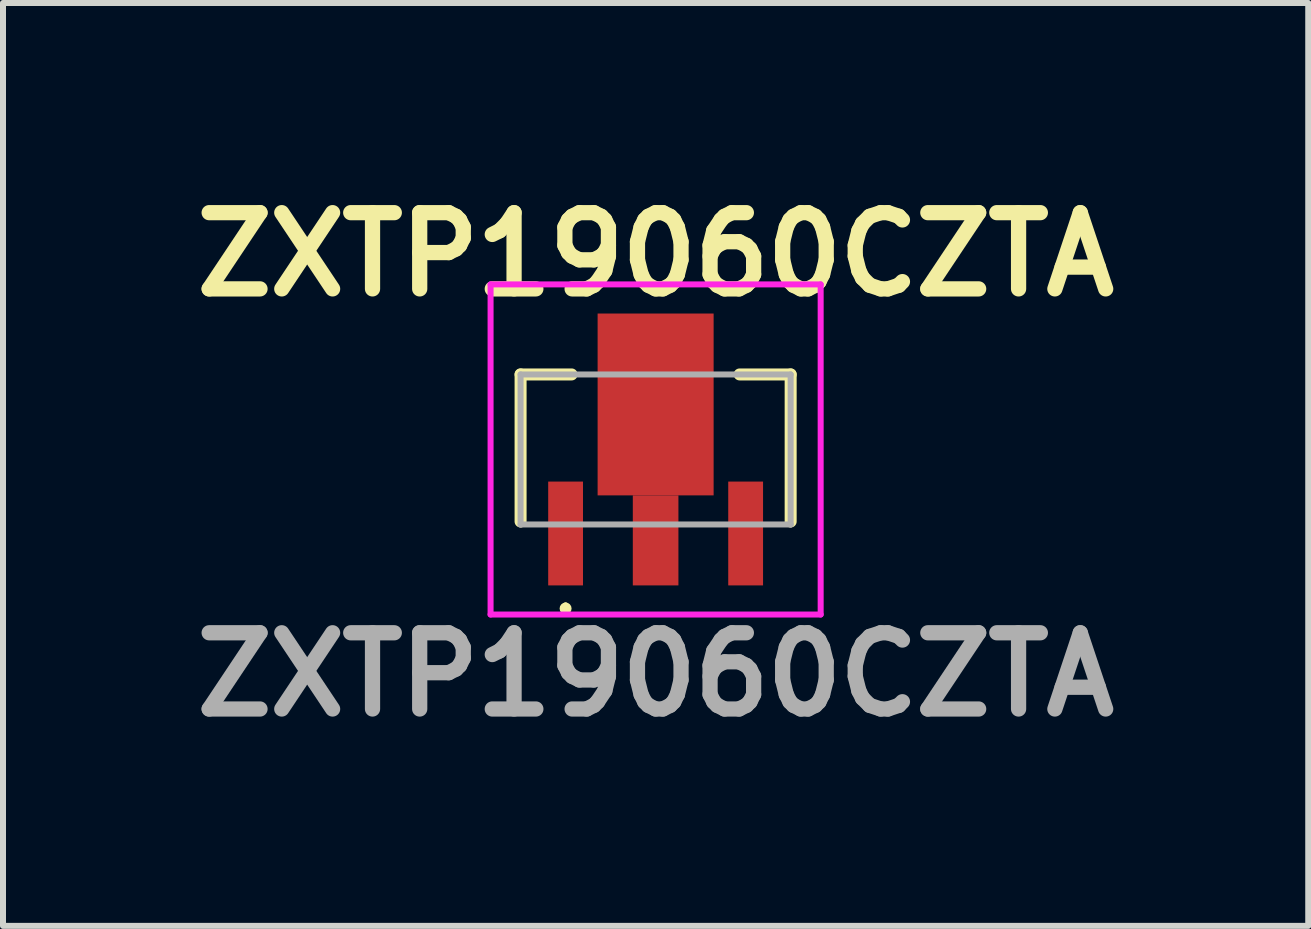
<source format=kicad_pcb>
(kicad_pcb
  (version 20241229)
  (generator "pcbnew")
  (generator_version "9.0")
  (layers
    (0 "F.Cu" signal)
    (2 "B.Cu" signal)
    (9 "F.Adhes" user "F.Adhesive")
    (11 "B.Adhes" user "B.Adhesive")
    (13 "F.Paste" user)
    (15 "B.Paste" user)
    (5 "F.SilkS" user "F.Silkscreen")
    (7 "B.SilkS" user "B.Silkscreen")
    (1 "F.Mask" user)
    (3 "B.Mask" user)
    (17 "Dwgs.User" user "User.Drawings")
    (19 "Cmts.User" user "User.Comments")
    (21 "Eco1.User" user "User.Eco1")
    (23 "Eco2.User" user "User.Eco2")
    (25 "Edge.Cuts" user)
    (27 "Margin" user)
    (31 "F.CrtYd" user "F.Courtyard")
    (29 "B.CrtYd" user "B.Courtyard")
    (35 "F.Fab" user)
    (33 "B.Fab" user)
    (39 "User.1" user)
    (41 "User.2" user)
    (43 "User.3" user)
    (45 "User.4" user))
  (footprint "ZXTP19060CZTA"
    (layer "F.Cu")
    (at 7.874 4.439)
    (property "Reference" "ZXTP19060CZTA" (at 0 -3.25 0) (layer "F.SilkS") (effects (font (size 1.27 1.27) (thickness 0.254))))
    (attr smd)
    (fp_line (start -2.25 -1.25) (end -2.25 1.2) (stroke (width 0.2) (type solid)) (layer "F.SilkS"))
    (fp_line (start -1.5 2.6) (end -1.5 2.6) (stroke (width 0.1) (type solid)) (layer "F.SilkS"))
    (fp_line (start -1.5 2.7) (end -1.5 2.7) (stroke (width 0.1) (type solid)) (layer "F.SilkS"))
    (fp_line (start -1.4 -1.25) (end -2.25 -1.25) (stroke (width 0.2) (type solid)) (layer "F.SilkS"))
    (fp_line (start 1.4 -1.25) (end 2.25 -1.25) (stroke (width 0.2) (type solid)) (layer "F.SilkS"))
    (fp_line (start 2.25 -1.25) (end 2.25 1.2) (stroke (width 0.2) (type solid)) (layer "F.SilkS"))
    (fp_arc (start -1.5 2.6) (mid -1.45 2.65) (end -1.5 2.7) (stroke (width 0.1) (type solid)) (layer "F.SilkS"))
    (fp_arc (start -1.5 2.7) (mid -1.55 2.65) (end -1.5 2.6) (stroke (width 0.1) (type solid)) (layer "F.SilkS"))
    (fp_line (start -2.75 -2.75) (end 2.75 -2.75) (stroke (width 0.1) (type solid)) (layer "F.CrtYd"))
    (fp_line (start -2.75 2.75) (end -2.75 -2.75) (stroke (width 0.1) (type solid)) (layer "F.CrtYd"))
    (fp_line (start 2.75 -2.75) (end 2.75 2.75) (stroke (width 0.1) (type solid)) (layer "F.CrtYd"))
    (fp_line (start 2.75 2.75) (end -2.75 2.75) (stroke (width 0.1) (type solid)) (layer "F.CrtYd"))
    (fp_line (start -2.25 -1.25) (end 2.25 -1.25) (stroke (width 0.1) (type solid)) (layer "F.Fab"))
    (fp_line (start -2.25 1.25) (end -2.25 -1.25) (stroke (width 0.1) (type solid)) (layer "F.Fab"))
    (fp_line (start 2.25 -1.25) (end 2.25 1.25) (stroke (width 0.1) (type solid)) (layer "F.Fab"))
    (fp_line (start 2.25 1.25) (end -2.25 1.25) (stroke (width 0.1) (type solid)) (layer "F.Fab"))
    (fp_text user "${REFERENCE}" (at 0 3.75 0) (layer "F.Fab") (effects (font (size 1.27 1.27) (thickness 0.254))))
    (pad "1" smd rect (at -1.5 1.4) (size 0.58 1.73) (layers "F.Cu" "F.Mask" "F.Paste"))
    (pad "2" smd rect (at 0 1.515) (size 0.76 1.5) (layers "F.Cu" "F.Mask" "F.Paste"))
    (pad "3" smd rect (at 1.5 1.4) (size 0.58 1.73) (layers "F.Cu" "F.Mask" "F.Paste"))
    (pad "4" smd rect (at 0 -0.75) (size 1.933 3.03) (layers "F.Cu" "F.Mask" "F.Paste")))
  (gr_rect
    (start -3 -3)
    (end 18.748 12.377)
    (stroke (width 0.1) (type default))
    (fill no)
    (layer "Edge.Cuts")))
</source>
